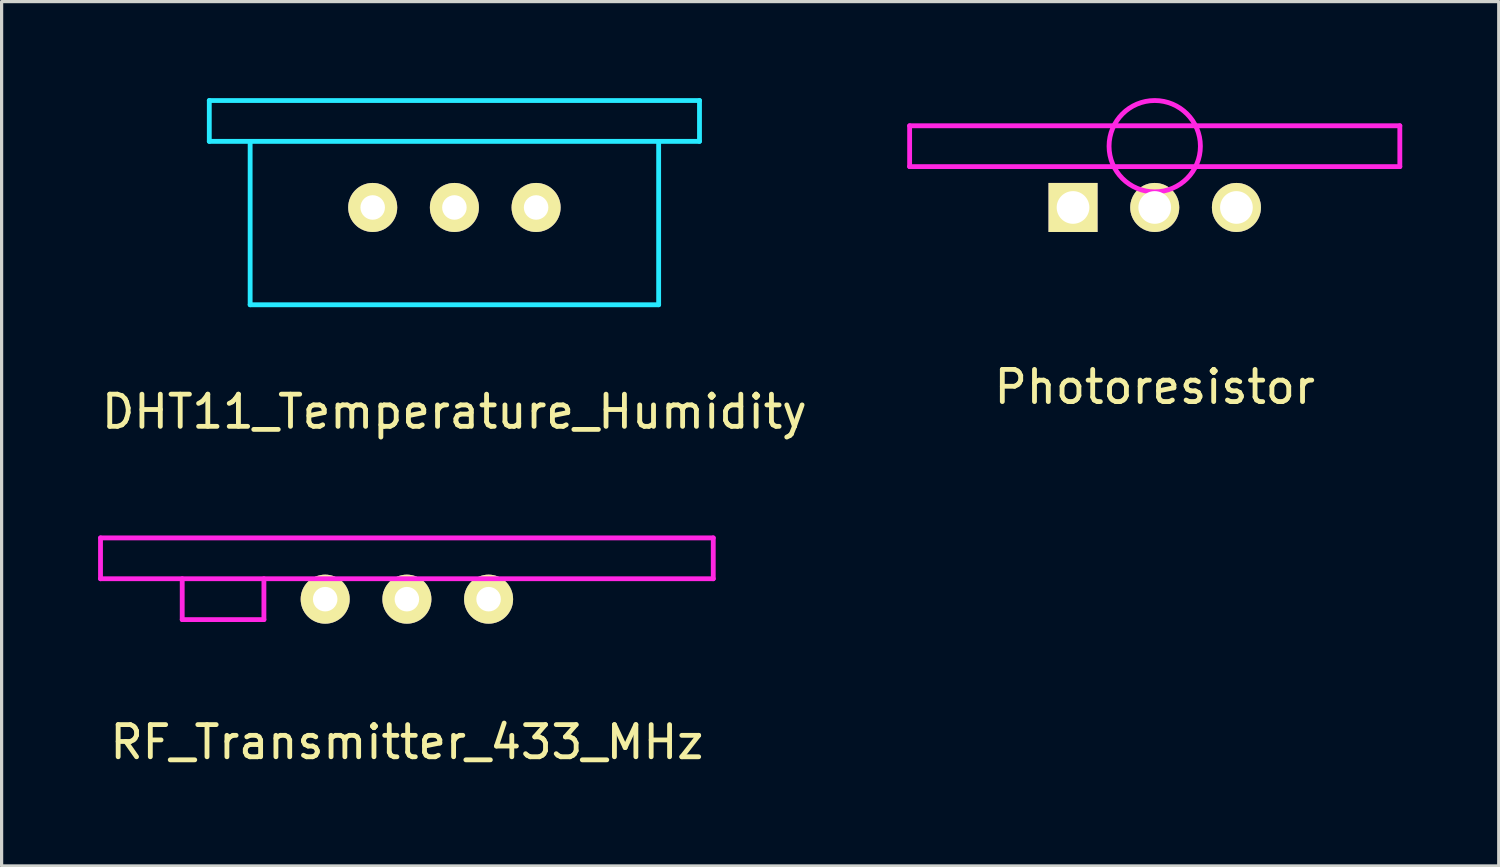
<source format=kicad_pcb>
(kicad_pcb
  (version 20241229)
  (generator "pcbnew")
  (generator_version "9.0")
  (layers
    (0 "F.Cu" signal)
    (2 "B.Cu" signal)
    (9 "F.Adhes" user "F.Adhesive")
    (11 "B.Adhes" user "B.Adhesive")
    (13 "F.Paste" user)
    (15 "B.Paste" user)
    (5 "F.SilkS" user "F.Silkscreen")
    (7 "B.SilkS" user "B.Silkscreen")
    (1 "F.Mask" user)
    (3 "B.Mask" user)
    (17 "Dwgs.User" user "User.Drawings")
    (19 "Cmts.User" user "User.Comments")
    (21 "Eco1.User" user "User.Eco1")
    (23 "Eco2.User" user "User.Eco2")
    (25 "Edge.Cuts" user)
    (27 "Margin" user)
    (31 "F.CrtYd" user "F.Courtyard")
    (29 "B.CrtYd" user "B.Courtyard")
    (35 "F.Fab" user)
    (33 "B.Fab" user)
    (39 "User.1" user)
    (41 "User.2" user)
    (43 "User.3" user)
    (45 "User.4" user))
  (footprint "RF_Transmitter_433_MHz"
    (layer "F.Cu")
    (at 9.6 15.578)
    (property "Reference" "RF_Transmitter_433_MHz" (at 0 4.445 0) (layer "F.SilkS") (effects (font (size 1 1) (thickness 0.15))))
    (attr through_hole)
    (fp_line (start -9.525 -1.905) (end 9.525 -1.905) (stroke (width 0.15) (type solid)) (layer "F.CrtYd"))
    (fp_line (start -9.525 -0.635) (end -9.525 -1.905) (stroke (width 0.15) (type solid)) (layer "F.CrtYd"))
    (fp_line (start -6.985 -0.635) (end -6.985 0.635) (stroke (width 0.15) (type solid)) (layer "F.CrtYd"))
    (fp_line (start -6.985 0.635) (end -4.445 0.635) (stroke (width 0.15) (type solid)) (layer "F.CrtYd"))
    (fp_line (start -4.445 0.635) (end -4.445 -0.635) (stroke (width 0.15) (type solid)) (layer "F.CrtYd"))
    (fp_line (start 9.525 -1.905) (end 9.525 -0.635) (stroke (width 0.15) (type solid)) (layer "F.CrtYd"))
    (fp_line (start 9.525 -0.635) (end -9.525 -0.635) (stroke (width 0.15) (type solid)) (layer "F.CrtYd"))
    (pad "1" thru_hole circle (at -2.54 0) (size 1.524 1.524) (drill 0.762) (layers "*.Cu" "*.Mask" "F.SilkS"))
    (pad "2" thru_hole circle (at 0 0) (size 1.524 1.524) (drill 0.762) (layers "*.Cu" "*.Mask" "F.SilkS"))
    (pad "3" thru_hole circle (at 2.54 0) (size 1.524 1.524) (drill 0.762) (layers "*.Cu" "*.Mask" "F.SilkS")))
  (footprint "Photoresistor"
    (layer "F.Cu")
    (at 32.85 3.4)
    (property "Reference" "Photoresistor" (at 0 5.58 0) (layer "F.SilkS") (effects (font (size 1 1) (thickness 0.15))))
    (attr through_hole)
    (fp_line (start -7.62 -2.54) (end 7.62 -2.54) (stroke (width 0.15) (type solid)) (layer "F.CrtYd"))
    (fp_line (start -7.62 -1.27) (end -7.62 -2.54) (stroke (width 0.15) (type solid)) (layer "F.CrtYd"))
    (fp_line (start 7.62 -2.54) (end 7.62 -1.27) (stroke (width 0.15) (type solid)) (layer "F.CrtYd"))
    (fp_line (start 7.62 -1.27) (end -7.62 -1.27) (stroke (width 0.15) (type solid)) (layer "F.CrtYd"))
    (fp_circle (center 0 -1.905) (end 0.635 -3.175) (stroke (width 0.15) (type solid)) (fill no) (layer "F.CrtYd"))
    (pad "1" thru_hole rect (at -2.54 0) (size 1.524 1.524) (drill 1.016) (layers "*.Cu" "*.Mask" "F.SilkS"))
    (pad "2" thru_hole circle (at 0 0) (size 1.524 1.524) (drill 1.016) (layers "*.Cu" "*.Mask" "F.SilkS"))
    (pad "3" thru_hole circle (at 2.54 0) (size 1.524 1.524) (drill 1.016) (layers "*.Cu" "*.Mask" "F.SilkS")))
  (footprint "DHT11_Temperature_Humidity"
    (layer "F.Cu")
    (at 11.077 3.4)
    (property "Reference" "DHT11_Temperature_Humidity" (at 0 6.35 0) (layer "F.SilkS") (effects (font (size 1 1) (thickness 0.15))))
    (attr through_hole)
    (fp_line (start -7.62 -3.325) (end 7.62 -3.325) (stroke (width 0.15) (type solid)) (layer "B.CrtYd"))
    (fp_line (start -7.62 -2.055) (end -7.62 -3.325) (stroke (width 0.15) (type solid)) (layer "B.CrtYd"))
    (fp_line (start -6.35 -2.055) (end -6.35 3.025) (stroke (width 0.15) (type solid)) (layer "B.CrtYd"))
    (fp_line (start -6.35 3.025) (end 6.35 3.025) (stroke (width 0.15) (type solid)) (layer "B.CrtYd"))
    (fp_line (start 6.35 3.025) (end 6.35 -2.055) (stroke (width 0.15) (type solid)) (layer "B.CrtYd"))
    (fp_line (start 7.62 -3.325) (end 7.62 -2.055) (stroke (width 0.15) (type solid)) (layer "B.CrtYd"))
    (fp_line (start 7.62 -2.055) (end -7.62 -2.055) (stroke (width 0.15) (type solid)) (layer "B.CrtYd"))
    (pad "1" thru_hole circle (at -2.54 0) (size 1.524 1.524) (drill 0.762) (layers "*.Cu" "*.Mask" "F.SilkS"))
    (pad "2" thru_hole circle (at 0 0) (size 1.524 1.524) (drill 0.762) (layers "*.Cu" "*.Mask" "F.SilkS"))
    (pad "3" thru_hole circle (at 2.54 0) (size 1.524 1.524) (drill 0.762) (layers "*.Cu" "*.Mask" "F.SilkS")))
  (gr_rect
    (start -3 -3)
    (end 43.545 23.872)
    (stroke (width 0.1) (type default))
    (fill no)
    (layer "Edge.Cuts")))
</source>
